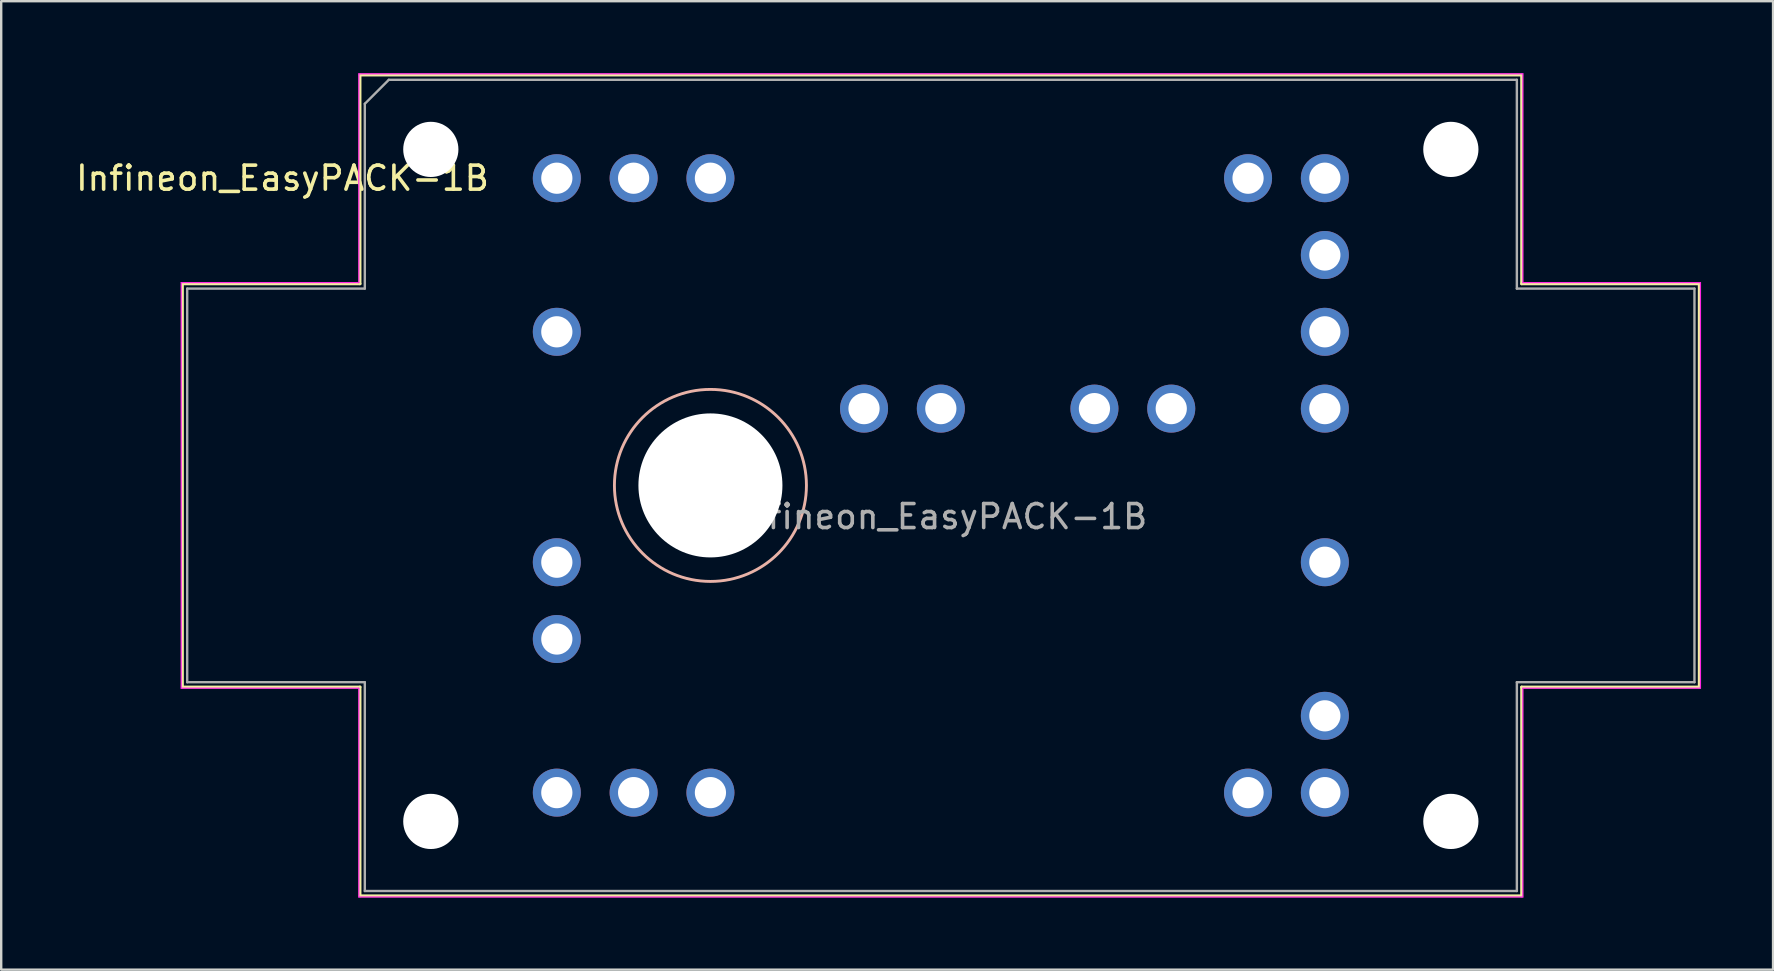
<source format=kicad_pcb>
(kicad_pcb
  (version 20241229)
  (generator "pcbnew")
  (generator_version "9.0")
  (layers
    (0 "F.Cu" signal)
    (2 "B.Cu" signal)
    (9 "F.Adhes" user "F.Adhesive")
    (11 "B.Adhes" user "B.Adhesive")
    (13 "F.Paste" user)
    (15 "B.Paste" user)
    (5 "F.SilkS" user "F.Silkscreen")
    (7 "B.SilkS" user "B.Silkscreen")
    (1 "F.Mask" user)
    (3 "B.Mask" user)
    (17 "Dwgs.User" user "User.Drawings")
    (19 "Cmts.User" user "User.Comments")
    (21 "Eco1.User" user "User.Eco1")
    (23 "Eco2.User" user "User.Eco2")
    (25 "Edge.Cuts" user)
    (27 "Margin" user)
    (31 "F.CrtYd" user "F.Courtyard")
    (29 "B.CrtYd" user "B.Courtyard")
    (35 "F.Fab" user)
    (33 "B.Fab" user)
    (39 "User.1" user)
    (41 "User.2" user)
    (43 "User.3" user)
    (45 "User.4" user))
  (footprint "Infineon_EasyPACK-1B"
    (layer "F.Cu")
    (at 20.15 4.375)
    (property "Reference" "Infineon_EasyPACK-1B" (at -11.43 0 0) (layer "F.SilkS") (effects (font (size 1 1) (thickness 0.15))))
    (attr through_hole)
    (fp_line (start -15.6 4.4) (end -8.2 4.4) (stroke (width 0.12) (type solid)) (layer "F.SilkS"))
    (fp_line (start -15.6 21.2) (end -15.6 4.4) (stroke (width 0.12) (type solid)) (layer "F.SilkS"))
    (fp_line (start -8.2 -4.3) (end 40.2 -4.3) (stroke (width 0.12) (type solid)) (layer "F.SilkS"))
    (fp_line (start -8.2 4.4) (end -8.2 -4.3) (stroke (width 0.12) (type solid)) (layer "F.SilkS"))
    (fp_line (start -8.2 21.2) (end -15.6 21.2) (stroke (width 0.12) (type solid)) (layer "F.SilkS"))
    (fp_line (start -8.2 29.9) (end -8.2 21.2) (stroke (width 0.12) (type solid)) (layer "F.SilkS"))
    (fp_line (start 40.2 -4.3) (end 40.2 4.4) (stroke (width 0.12) (type solid)) (layer "F.SilkS"))
    (fp_line (start 40.2 4.4) (end 47.6 4.4) (stroke (width 0.12) (type solid)) (layer "F.SilkS"))
    (fp_line (start 40.2 21.2) (end 40.2 29.9) (stroke (width 0.12) (type solid)) (layer "F.SilkS"))
    (fp_line (start 40.2 29.9) (end -8.2 29.9) (stroke (width 0.12) (type solid)) (layer "F.SilkS"))
    (fp_line (start 47.6 4.4) (end 47.6 21.2) (stroke (width 0.12) (type solid)) (layer "F.SilkS"))
    (fp_line (start 47.6 21.2) (end 40.2 21.2) (stroke (width 0.12) (type solid)) (layer "F.SilkS"))
    (fp_circle (center 6.4 12.8) (end 10.4 12.8) (stroke (width 0.12) (type solid)) (fill no) (layer "B.SilkS"))
    (fp_line (start -15.65 21.25) (end -15.65 4.35) (stroke (width 0.05) (type solid)) (layer "F.CrtYd"))
    (fp_line (start -8.25 -4.35) (end -8.25 4.35) (stroke (width 0.05) (type solid)) (layer "F.CrtYd"))
    (fp_line (start -8.25 4.35) (end -15.65 4.35) (stroke (width 0.05) (type solid)) (layer "F.CrtYd"))
    (fp_line (start -8.25 21.25) (end -15.65 21.25) (stroke (width 0.05) (type solid)) (layer "F.CrtYd"))
    (fp_line (start -8.25 29.95) (end -8.25 21.25) (stroke (width 0.05) (type solid)) (layer "F.CrtYd"))
    (fp_line (start -8.25 29.95) (end 40.25 29.95) (stroke (width 0.05) (type solid)) (layer "F.CrtYd"))
    (fp_line (start 40.25 -4.35) (end -8.25 -4.35) (stroke (width 0.05) (type solid)) (layer "F.CrtYd"))
    (fp_line (start 40.25 -4.35) (end 40.25 4.35) (stroke (width 0.05) (type solid)) (layer "F.CrtYd"))
    (fp_line (start 40.25 4.35) (end 47.65 4.35) (stroke (width 0.05) (type solid)) (layer "F.CrtYd"))
    (fp_line (start 40.25 21.25) (end 40.25 29.95) (stroke (width 0.05) (type solid)) (layer "F.CrtYd"))
    (fp_line (start 47.65 4.35) (end 47.65 21.25) (stroke (width 0.05) (type solid)) (layer "F.CrtYd"))
    (fp_line (start 47.65 21.25) (end 40.25 21.25) (stroke (width 0.05) (type solid)) (layer "F.CrtYd"))
    (fp_line (start -15.4 4.6) (end -8 4.6) (stroke (width 0.1) (type solid)) (layer "F.Fab"))
    (fp_line (start -15.4 21) (end -15.4 4.6) (stroke (width 0.1) (type solid)) (layer "F.Fab"))
    (fp_line (start -15.4 21) (end -8 21) (stroke (width 0.1) (type solid)) (layer "F.Fab"))
    (fp_line (start -8 4.6) (end -8 -3.1) (stroke (width 0.1) (type solid)) (layer "F.Fab"))
    (fp_line (start -8 21) (end -8 29.7) (stroke (width 0.1) (type solid)) (layer "F.Fab"))
    (fp_line (start -8 29.7) (end 40 29.7) (stroke (width 0.1) (type solid)) (layer "F.Fab"))
    (fp_line (start -7 -4.1) (end -8 -3.1) (stroke (width 0.1) (type solid)) (layer "F.Fab"))
    (fp_line (start 40 -4.1) (end -7 -4.1) (stroke (width 0.1) (type solid)) (layer "F.Fab"))
    (fp_line (start 40 4.6) (end 40 -4.1) (stroke (width 0.1) (type solid)) (layer "F.Fab"))
    (fp_line (start 40 21) (end 40 29.7) (stroke (width 0.1) (type solid)) (layer "F.Fab"))
    (fp_line (start 47.4 4.6) (end 40 4.6) (stroke (width 0.1) (type solid)) (layer "F.Fab"))
    (fp_line (start 47.4 21) (end 40 21) (stroke (width 0.1) (type solid)) (layer "F.Fab"))
    (fp_line (start 47.4 21) (end 47.4 4.6) (stroke (width 0.1) (type solid)) (layer "F.Fab"))
    (fp_text user "${REFERENCE}" (at 16 14.1 0) (layer "F.Fab") (effects (font (size 1 1) (thickness 0.15))))
    (pad "" np_thru_hole circle (at -5.25 -1.2 180) (size 2.3 2.3) (drill 2.3) (layers "*.Cu" "*.Mask"))
    (pad "" np_thru_hole circle (at -5.25 26.8 180) (size 2.3 2.3) (drill 2.3) (layers "*.Cu" "*.Mask"))
    (pad "" np_thru_hole circle (at 6.4 12.8 180) (size 6 6) (drill 6) (layers "*.Cu" "*.Mask"))
    (pad "" np_thru_hole circle (at 37.25 -1.2 180) (size 2.3 2.3) (drill 2.3) (layers "*.Cu" "*.Mask"))
    (pad "" np_thru_hole circle (at 37.25 26.8 180) (size 2.3 2.3) (drill 2.3) (layers "*.Cu" "*.Mask"))
    (pad "EU" thru_hole circle (at 32 0 180) (size 2 2) (drill 1.3) (layers "*.Cu" "*.Mask"))
    (pad "EU" thru_hole circle (at 32 3.2 180) (size 2 2) (drill 1.3) (layers "*.Cu" "*.Mask"))
    (pad "EV" thru_hole circle (at 32 6.4 180) (size 2 2) (drill 1.3) (layers "*.Cu" "*.Mask"))
    (pad "EV" thru_hole circle (at 32 9.6 180) (size 2 2) (drill 1.3) (layers "*.Cu" "*.Mask"))
    (pad "EW" thru_hole circle (at 32 22.4 180) (size 2 2) (drill 1.3) (layers "*.Cu" "*.Mask"))
    (pad "EW" thru_hole circle (at 32 25.6 180) (size 2 2) (drill 1.3) (layers "*.Cu" "*.Mask"))
    (pad "G1" thru_hole circle (at 0 0 180) (size 2 2) (drill 1.3) (layers "*.Cu" "*.Mask"))
    (pad "G2" thru_hole circle (at 28.8 0 180) (size 2 2) (drill 1.3) (layers "*.Cu" "*.Mask"))
    (pad "G3" thru_hole circle (at 0 6.4 180) (size 2 2) (drill 1.3) (layers "*.Cu" "*.Mask"))
    (pad "G4" thru_hole circle (at 32 16 180) (size 2 2) (drill 1.3) (layers "*.Cu" "*.Mask"))
    (pad "G5" thru_hole circle (at 0 25.6 180) (size 2 2) (drill 1.3) (layers "*.Cu" "*.Mask"))
    (pad "G6" thru_hole circle (at 28.8 25.6 180) (size 2 2) (drill 1.3) (layers "*.Cu" "*.Mask"))
    (pad "P" thru_hole circle (at 12.8 9.6 180) (size 2 2) (drill 1.3) (layers "*.Cu" "*.Mask"))
    (pad "P" thru_hole circle (at 16 9.6 180) (size 2 2) (drill 1.3) (layers "*.Cu" "*.Mask"))
    (pad "T1" thru_hole circle (at 22.4 9.6 180) (size 2 2) (drill 1.3) (layers "*.Cu" "*.Mask"))
    (pad "T2" thru_hole circle (at 25.6 9.6 180) (size 2 2) (drill 1.3) (layers "*.Cu" "*.Mask"))
    (pad "U" thru_hole circle (at 3.2 0 180) (size 2 2) (drill 1.3) (layers "*.Cu" "*.Mask"))
    (pad "U" thru_hole circle (at 6.4 0 180) (size 2 2) (drill 1.3) (layers "*.Cu" "*.Mask"))
    (pad "V" thru_hole circle (at 0 16 180) (size 2 2) (drill 1.3) (layers "*.Cu" "*.Mask"))
    (pad "V" thru_hole circle (at 0 19.2 180) (size 2 2) (drill 1.3) (layers "*.Cu" "*.Mask"))
    (pad "W" thru_hole circle (at 3.2 25.6 180) (size 2 2) (drill 1.3) (layers "*.Cu" "*.Mask"))
    (pad "W" thru_hole circle (at 6.4 25.6 180) (size 2 2) (drill 1.3) (layers "*.Cu" "*.Mask"))
    (zone (net_name "") (layers "F.Cu" "B.Cu") (name "MH") (hatch full 0.508) (connect_pads) (min_thickness 0.254) (filled_areas_thickness no) (keepout (tracks not_allowed) (vias not_allowed) (pads not_allowed) (copperpour not_allowed) (footprints not_allowed)) (placement (enabled no)) (fill) (polygon (pts (xy 14.395 17.175) (xy 14.376 17.606) (xy 14.317 18.033) (xy 14.22 18.454) (xy 14.085 18.864) (xy 13.914 19.259) (xy 13.708 19.638) (xy 13.468 19.997) (xy 13.196 20.332) (xy 12.895 20.641) (xy 12.568 20.922) (xy 12.216 21.172) (xy 11.843 21.389) (xy 11.452 21.571) (xy 11.046 21.717) (xy 10.629 21.826) (xy 10.203 21.897) (xy 9.773 21.928) (xy 9.342 21.921) (xy 8.913 21.874) (xy 8.49 21.789) (xy 8.076 21.666) (xy 7.676 21.505) (xy 7.292 21.31) (xy 6.926 21.08) (xy 6.584 20.818) (xy 6.266 20.526) (xy 5.976 20.206) (xy 5.717 19.861) (xy 5.489 19.495) (xy 5.296 19.109) (xy 5.139 18.707) (xy 5.018 18.293) (xy 4.936 17.87) (xy 4.893 17.44) (xy 4.888 17.009) (xy 4.923 16.579) (xy 4.996 16.154) (xy 5.108 15.737) (xy 5.257 15.332) (xy 5.442 14.943) (xy 5.661 14.571) (xy 5.914 14.221) (xy 6.197 13.896) (xy 6.508 13.597) (xy 6.845 13.328) (xy 7.205 13.091) (xy 7.586 12.887) (xy 7.983 12.718) (xy 8.394 12.586) (xy 8.815 12.492) (xy 9.242 12.437) (xy 9.673 12.42) (xy 10.104 12.443) (xy 10.531 12.504) (xy 10.951 12.604) (xy 11.36 12.742) (xy 11.755 12.916) (xy 12.132 13.125) (xy 12.489 13.367) (xy 12.822 13.641) (xy 13.129 13.944) (xy 13.408 14.274) (xy 13.655 14.627) (xy 13.869 15.001) (xy 14.049 15.394) (xy 14.192 15.801) (xy 14.298 16.219) (xy 14.366 16.645) (xy 14.394 17.075))))
    (zone (net_name "") (layers "F.Cu" "B.Cu") (name "MH") (hatch full 0.508) (connect_pads) (min_thickness 0.254) (filled_areas_thickness no) (keepout (tracks not_allowed) (vias not_allowed) (pads not_allowed) (copperpour not_allowed) (footprints not_allowed)) (placement (enabled no)) (fill) (polygon (pts (xy 67.395 17.175) (xy 67.376 17.606) (xy 67.317 18.033) (xy 67.22 18.454) (xy 67.085 18.864) (xy 66.914 19.259) (xy 66.708 19.638) (xy 66.468 19.997) (xy 66.196 20.332) (xy 65.895 20.641) (xy 65.568 20.922) (xy 65.216 21.172) (xy 64.843 21.389) (xy 64.452 21.571) (xy 64.046 21.717) (xy 63.629 21.826) (xy 63.203 21.897) (xy 62.773 21.928) (xy 62.342 21.921) (xy 61.913 21.874) (xy 61.49 21.789) (xy 61.076 21.666) (xy 60.676 21.505) (xy 60.292 21.31) (xy 59.926 21.08) (xy 59.584 20.818) (xy 59.266 20.526) (xy 58.976 20.206) (xy 58.717 19.861) (xy 58.489 19.495) (xy 58.296 19.109) (xy 58.139 18.707) (xy 58.018 18.293) (xy 57.936 17.87) (xy 57.893 17.44) (xy 57.888 17.009) (xy 57.923 16.579) (xy 57.996 16.154) (xy 58.108 15.737) (xy 58.257 15.332) (xy 58.442 14.943) (xy 58.661 14.571) (xy 58.914 14.221) (xy 59.197 13.896) (xy 59.508 13.597) (xy 59.845 13.328) (xy 60.205 13.091) (xy 60.586 12.887) (xy 60.983 12.718) (xy 61.394 12.586) (xy 61.815 12.492) (xy 62.242 12.437) (xy 62.673 12.42) (xy 63.104 12.443) (xy 63.531 12.504) (xy 63.951 12.604) (xy 64.36 12.742) (xy 64.755 12.916) (xy 65.132 13.125) (xy 65.489 13.367) (xy 65.822 13.641) (xy 66.129 13.944) (xy 66.408 14.274) (xy 66.655 14.627) (xy 66.869 15.001) (xy 67.049 15.394) (xy 67.192 15.801) (xy 67.298 16.219) (xy 67.366 16.645) (xy 67.394 17.075)))))
  (gr_rect
    (start -3 -3)
    (end 70.825 37.35)
    (stroke (width 0.1) (type default))
    (fill no)
    (layer "Edge.Cuts")))
</source>
